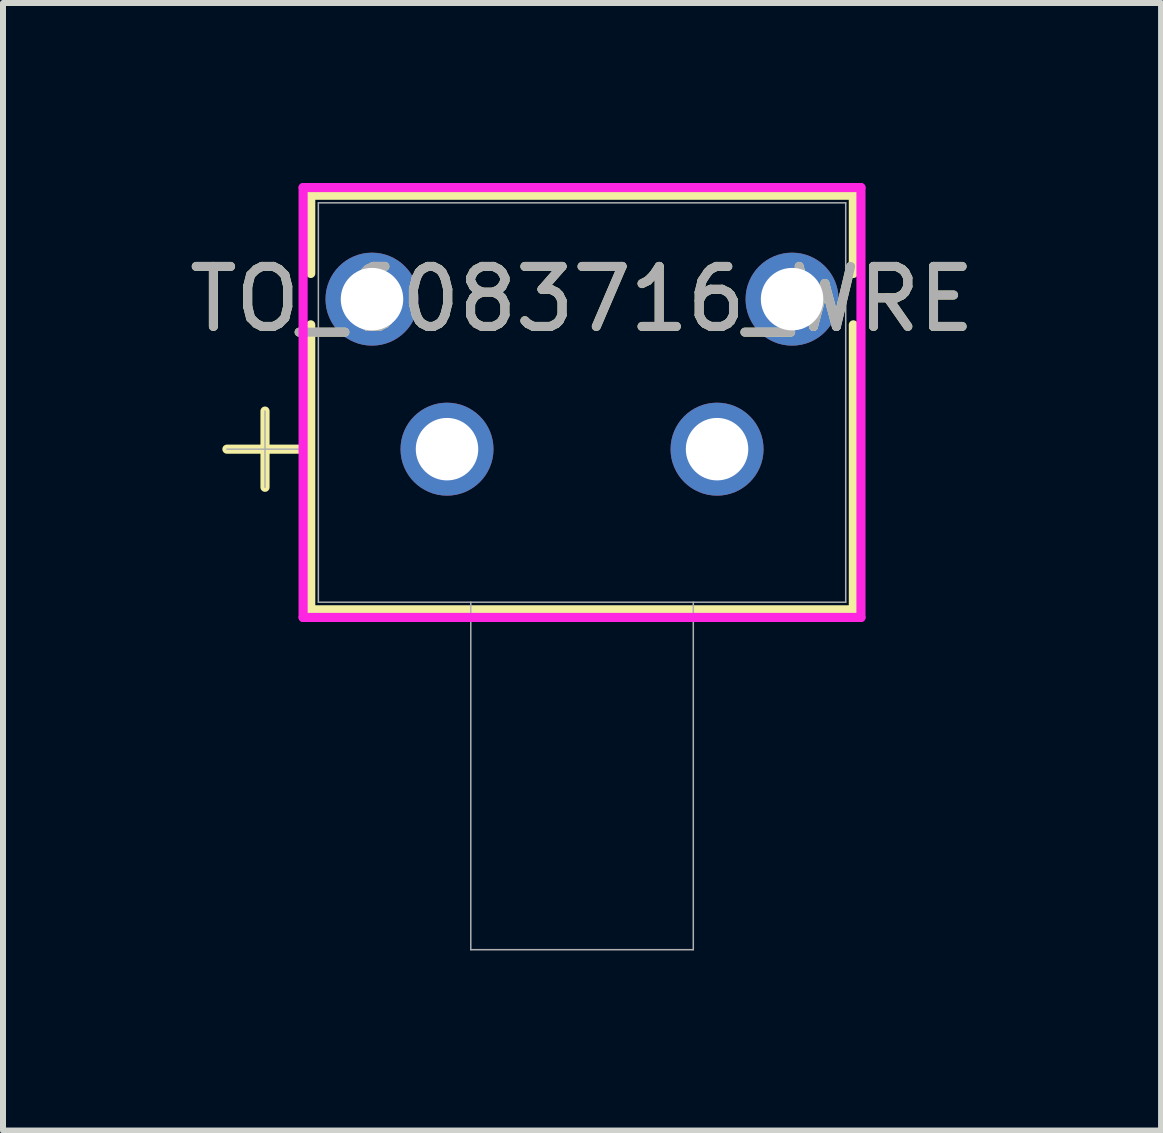
<source format=kicad_pcb>
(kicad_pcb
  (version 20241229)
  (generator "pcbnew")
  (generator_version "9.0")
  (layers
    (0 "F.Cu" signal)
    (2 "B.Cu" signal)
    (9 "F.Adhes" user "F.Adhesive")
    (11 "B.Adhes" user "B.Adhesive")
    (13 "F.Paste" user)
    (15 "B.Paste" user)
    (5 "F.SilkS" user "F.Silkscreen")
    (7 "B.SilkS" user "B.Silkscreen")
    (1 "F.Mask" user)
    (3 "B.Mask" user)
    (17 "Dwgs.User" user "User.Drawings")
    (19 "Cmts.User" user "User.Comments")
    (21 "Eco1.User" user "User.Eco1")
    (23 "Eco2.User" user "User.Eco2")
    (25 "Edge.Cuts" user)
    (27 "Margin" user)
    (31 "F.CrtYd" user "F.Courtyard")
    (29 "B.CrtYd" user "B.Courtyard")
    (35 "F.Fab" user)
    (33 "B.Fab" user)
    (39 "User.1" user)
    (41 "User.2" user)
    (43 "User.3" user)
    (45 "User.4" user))
  (footprint "TO_6083716_WRE"
    (layer "F.Cu")
    (at 3.149 1.935)
    (property "Reference" "TO_6083716_WRE" (at 3.5 0 0) (unlocked yes) (layer "F.SilkS") (effects (font (size 1 1) (thickness 0.15))))
    (attr through_hole)
    (fp_line (start -2.418 2.5) (end -1.148 2.5) (stroke (width 0.152) (type solid)) (layer "F.SilkS"))
    (fp_line (start -1.783 1.865) (end -1.783 3.135) (stroke (width 0.152) (type solid)) (layer "F.SilkS"))
    (fp_line (start -1.021 -1.732) (end -1.021 -0.428) (stroke (width 0.152) (type solid)) (layer "F.SilkS"))
    (fp_line (start -1.021 0.428) (end -1.021 5.177) (stroke (width 0.152) (type solid)) (layer "F.SilkS"))
    (fp_line (start 8.021 -1.732) (end -1.021 -1.732) (stroke (width 0.152) (type solid)) (layer "F.SilkS"))
    (fp_line (start 8.021 -1.732) (end 8.021 -0.428) (stroke (width 0.152) (type solid)) (layer "F.SilkS"))
    (fp_line (start 8.021 0.428) (end 8.021 5.177) (stroke (width 0.152) (type solid)) (layer "F.SilkS"))
    (fp_line (start 8.021 5.177) (end -1.021 5.177) (stroke (width 0.152) (type solid)) (layer "F.SilkS"))
    (fp_line (start -1.148 -1.859) (end -1.148 5.304) (stroke (width 0.152) (type solid)) (layer "F.CrtYd"))
    (fp_line (start -1.148 5.304) (end 8.148 5.304) (stroke (width 0.152) (type solid)) (layer "F.CrtYd"))
    (fp_line (start 8.148 -1.859) (end -1.148 -1.859) (stroke (width 0.152) (type solid)) (layer "F.CrtYd"))
    (fp_line (start 8.148 5.304) (end 8.148 -1.859) (stroke (width 0.152) (type solid)) (layer "F.CrtYd"))
    (fp_line (start -2.418 2.5) (end -1.148 2.5) (stroke (width 0.025) (type solid)) (layer "F.Fab"))
    (fp_line (start -1.783 1.865) (end -1.783 3.135) (stroke (width 0.025) (type solid)) (layer "F.Fab"))
    (fp_line (start -0.894 -1.605) (end -0.894 5.05) (stroke (width 0.025) (type solid)) (layer "F.Fab"))
    (fp_line (start 1.646 5.05) (end 1.646 10.841) (stroke (width 0.025) (type solid)) (layer "F.Fab"))
    (fp_line (start 1.646 10.841) (end 5.354 10.841) (stroke (width 0.025) (type solid)) (layer "F.Fab"))
    (fp_line (start 5.354 10.841) (end 5.354 5.05) (stroke (width 0.025) (type solid)) (layer "F.Fab"))
    (fp_line (start 7.894 -1.605) (end -0.894 -1.605) (stroke (width 0.025) (type solid)) (layer "F.Fab"))
    (fp_line (start 7.894 -1.605) (end 7.894 5.05) (stroke (width 0.025) (type solid)) (layer "F.Fab"))
    (fp_line (start 7.894 5.05) (end -0.894 5.05) (stroke (width 0.025) (type solid)) (layer "F.Fab"))
    (fp_text user "${REFERENCE}" (at 3.5 0 0) (unlocked yes) (layer "F.Fab") (effects (font (size 1 1) (thickness 0.15))))
    (pad "1" thru_hole circle (at 5.75 2.5) (size 1.549 1.549) (drill 1.041) (layers "*.Cu" "*.Mask"))
    (pad "2" thru_hole circle (at 1.25 2.5) (size 1.549 1.549) (drill 1.041) (layers "*.Cu" "*.Mask"))
    (pad "3" thru_hole circle (at 0 0) (size 1.549 1.549) (drill 1.041) (layers "*.Cu" "*.Mask"))
    (pad "4" thru_hole circle (at 7 0) (size 1.549 1.549) (drill 1.041) (layers "*.Cu" "*.Mask")))
  (gr_rect
    (start -3 -3)
    (end 16.298 15.789)
    (stroke (width 0.1) (type default))
    (fill no)
    (layer "Edge.Cuts")))
</source>
